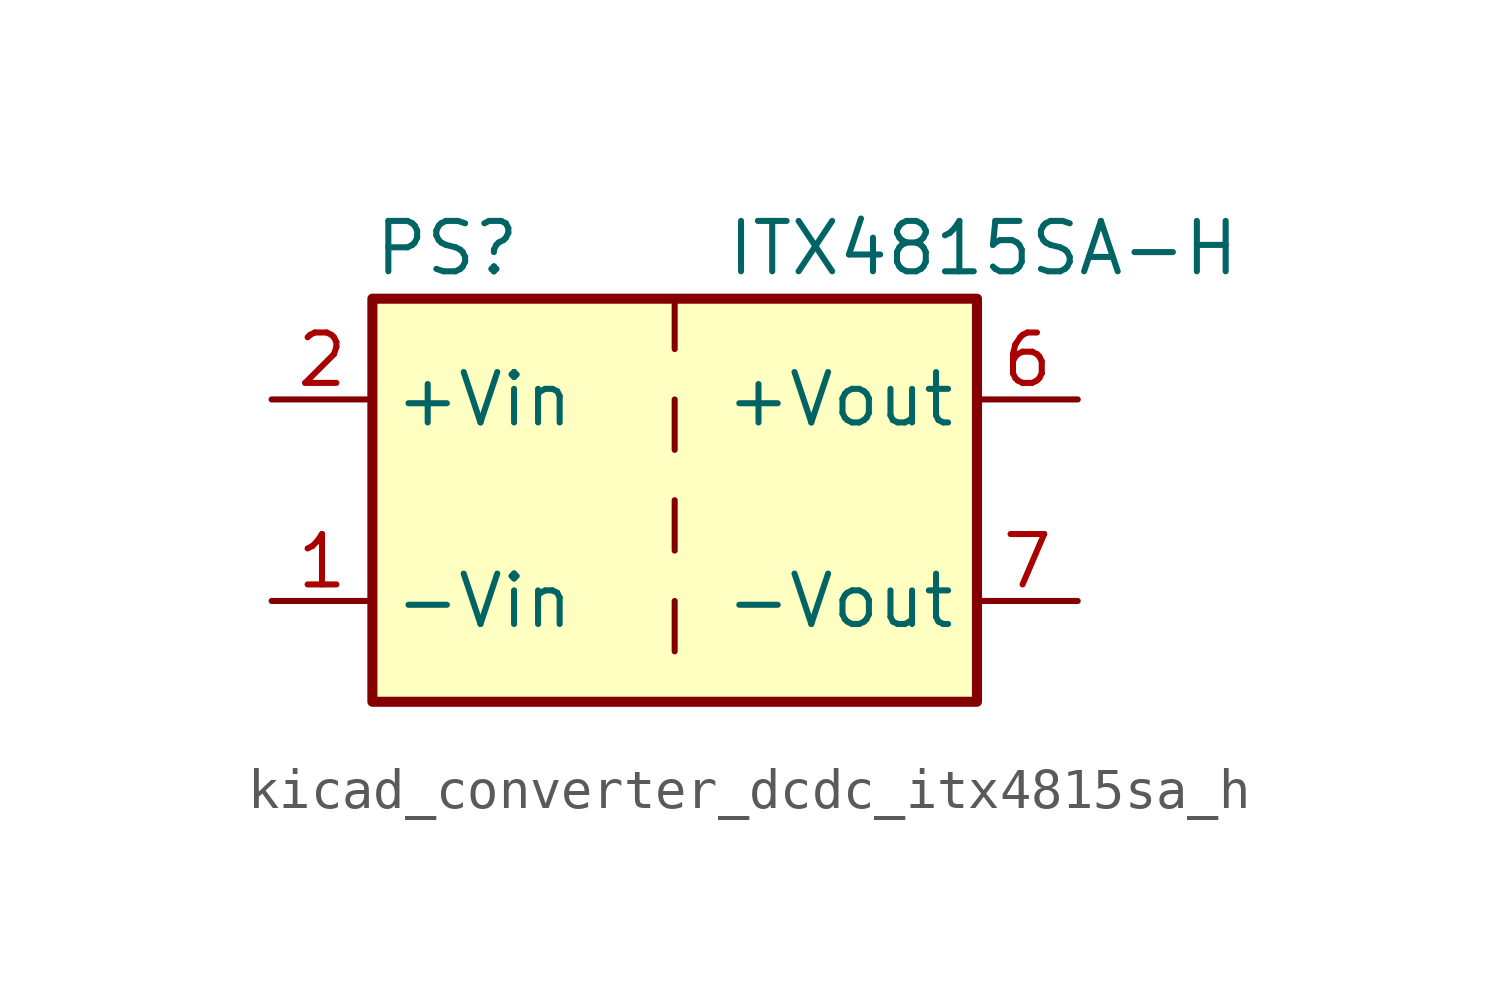
<source format=kicad_sym>
(kicad_symbol_lib
  (version 20220914)
  (generator kicad_symbol_editor)
  (symbol "kicad_converter_dcdc_itx4815sa_h"
    (property "Reference" "PS"
      (at -7.62 6.35 0)
      (effects (font (size 1.27 1.27)) (justify left)))
    (property "Value" "ITX4815SA-H"
      (at 1.27 6.35 0)
      (effects (font (size 1.27 1.27)) (justify left)))
    (symbol "kicad_converter_dcdc_itx4815sa_h_0_0"
      (pin power_in line (at -10.16 -2.54 0) (length 2.54) (name "-Vin" (effects (font (size 1.27 1.27)))) (number "1" (effects (font (size 1.27 1.27)))))
      (pin power_in line (at -10.16 2.54 0) (length 2.54) (name "+Vin" (effects (font (size 1.27 1.27)))) (number "2" (effects (font (size 1.27 1.27)))))
      (pin power_out line (at 10.16 2.54 180) (length 2.54) (name "+Vout" (effects (font (size 1.27 1.27)))) (number "6" (effects (font (size 1.27 1.27)))))
      (pin power_out line (at 10.16 -2.54 180) (length 2.54) (name "-Vout" (effects (font (size 1.27 1.27)))) (number "7" (effects (font (size 1.27 1.27)))))
      (pin no_connect line (at 7.62 0 180) (length 2.54) hide (name "NC" (effects (font (size 1.27 1.27)))) (number "8" (effects (font (size 1.27 1.27))))))
    (symbol "kicad_converter_dcdc_itx4815sa_h_0_1"
      (rectangle (start -7.62 5.08) (end 7.62 -5.08) (stroke (width 0.254) (type default)) (fill (type background)))
      (polyline (pts (xy 0 -2.54) (xy 0 -3.81)) (stroke (width 0) (type default)) (fill (type none)))
      (polyline (pts (xy 0 0) (xy 0 -1.27)) (stroke (width 0) (type default)) (fill (type none)))
      (polyline (pts (xy 0 2.54) (xy 0 1.27)) (stroke (width 0) (type default)) (fill (type none)))
      (polyline (pts (xy 0 5.08) (xy 0 3.81)) (stroke (width 0) (type default)) (fill (type none))))))
</source>
